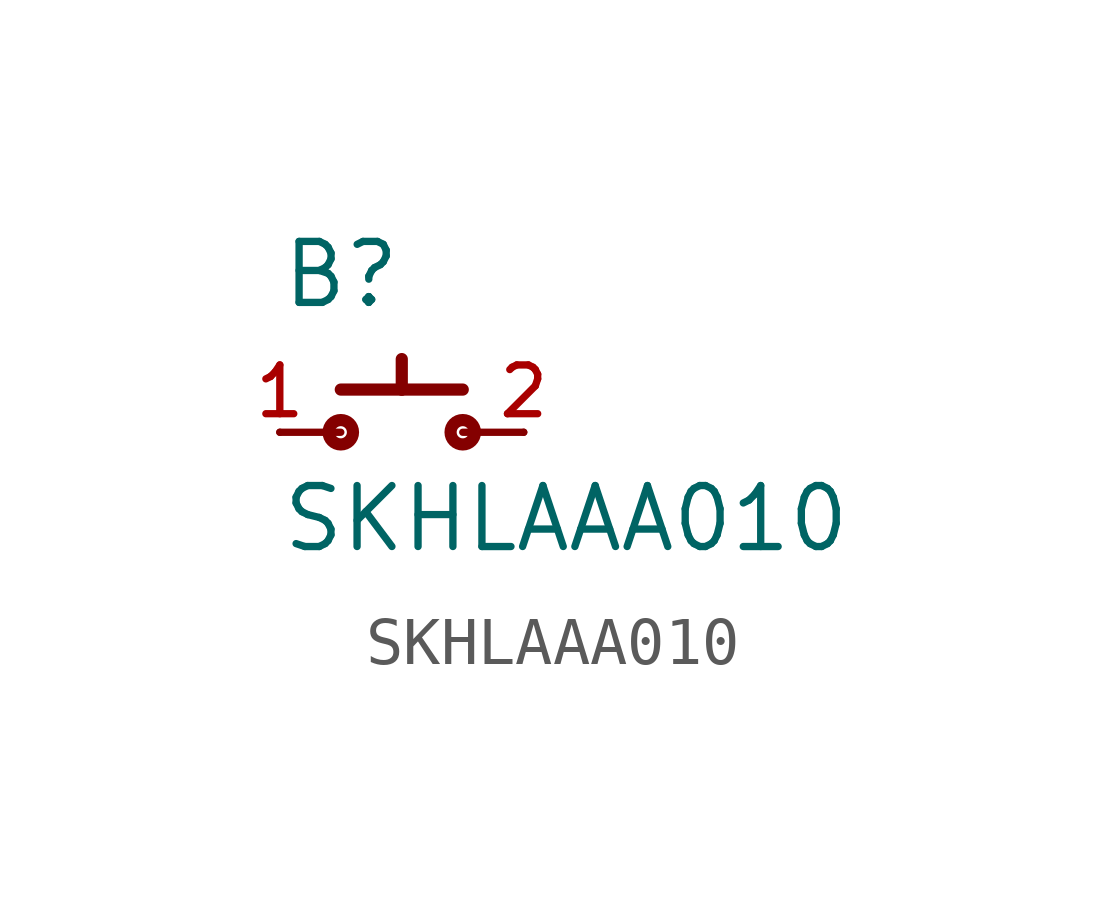
<source format=kicad_sym>
(kicad_symbol_lib
  (version 20211014)
  (generator kicad_symbol_editor)
  (symbol "SKHLAAA010"
    (pin_names
      (offset 1.016))
    (property "Reference" "B"
      (at -2.541 2.541 0)
      (effects (font (size 1.27 1.27)) (justify bottom left)))
    (property "Value" "SKHLAAA010"
      (at -2.543 -2.543 0)
      (effects (font (size 1.27 1.27)) (justify bottom left)))
    (symbol "SKHLAAA010_0_0"
      (polyline (pts (xy -1.27 0.889) (xy 0.0 0.889)) (stroke (width 0.254)))
      (polyline (pts (xy 0.0 0.889) (xy 1.27 0.889)) (stroke (width 0.254)))
      (polyline (pts (xy 0.0 0.889) (xy 0.0 1.524)) (stroke (width 0.254)))
      (polyline (pts (xy -2.54 0.0) (xy -1.27 0.0)) (stroke (width 0.152)))
      (polyline (pts (xy 1.27 0.0) (xy 2.54 0.0)) (stroke (width 0.152)))
      (circle (center -1.27 0.0) (radius 0.254) (stroke (width 0.254)) (fill (type none)))
      (circle (center 1.27 0.0) (radius 0.254) (stroke (width 0.254)) (fill (type none)))
      (pin bidirectional line (at -2.54 0.0 0) (length 0) (name "~" (effects (font (size 1.016 1.016)))) (number "1" (effects (font (size 1.016 1.016)))))
      (pin bidirectional line (at 2.54 0.0 180.0) (length 0) (name "~" (effects (font (size 1.016 1.016)))) (number "2" (effects (font (size 1.016 1.016))))))))
</source>
